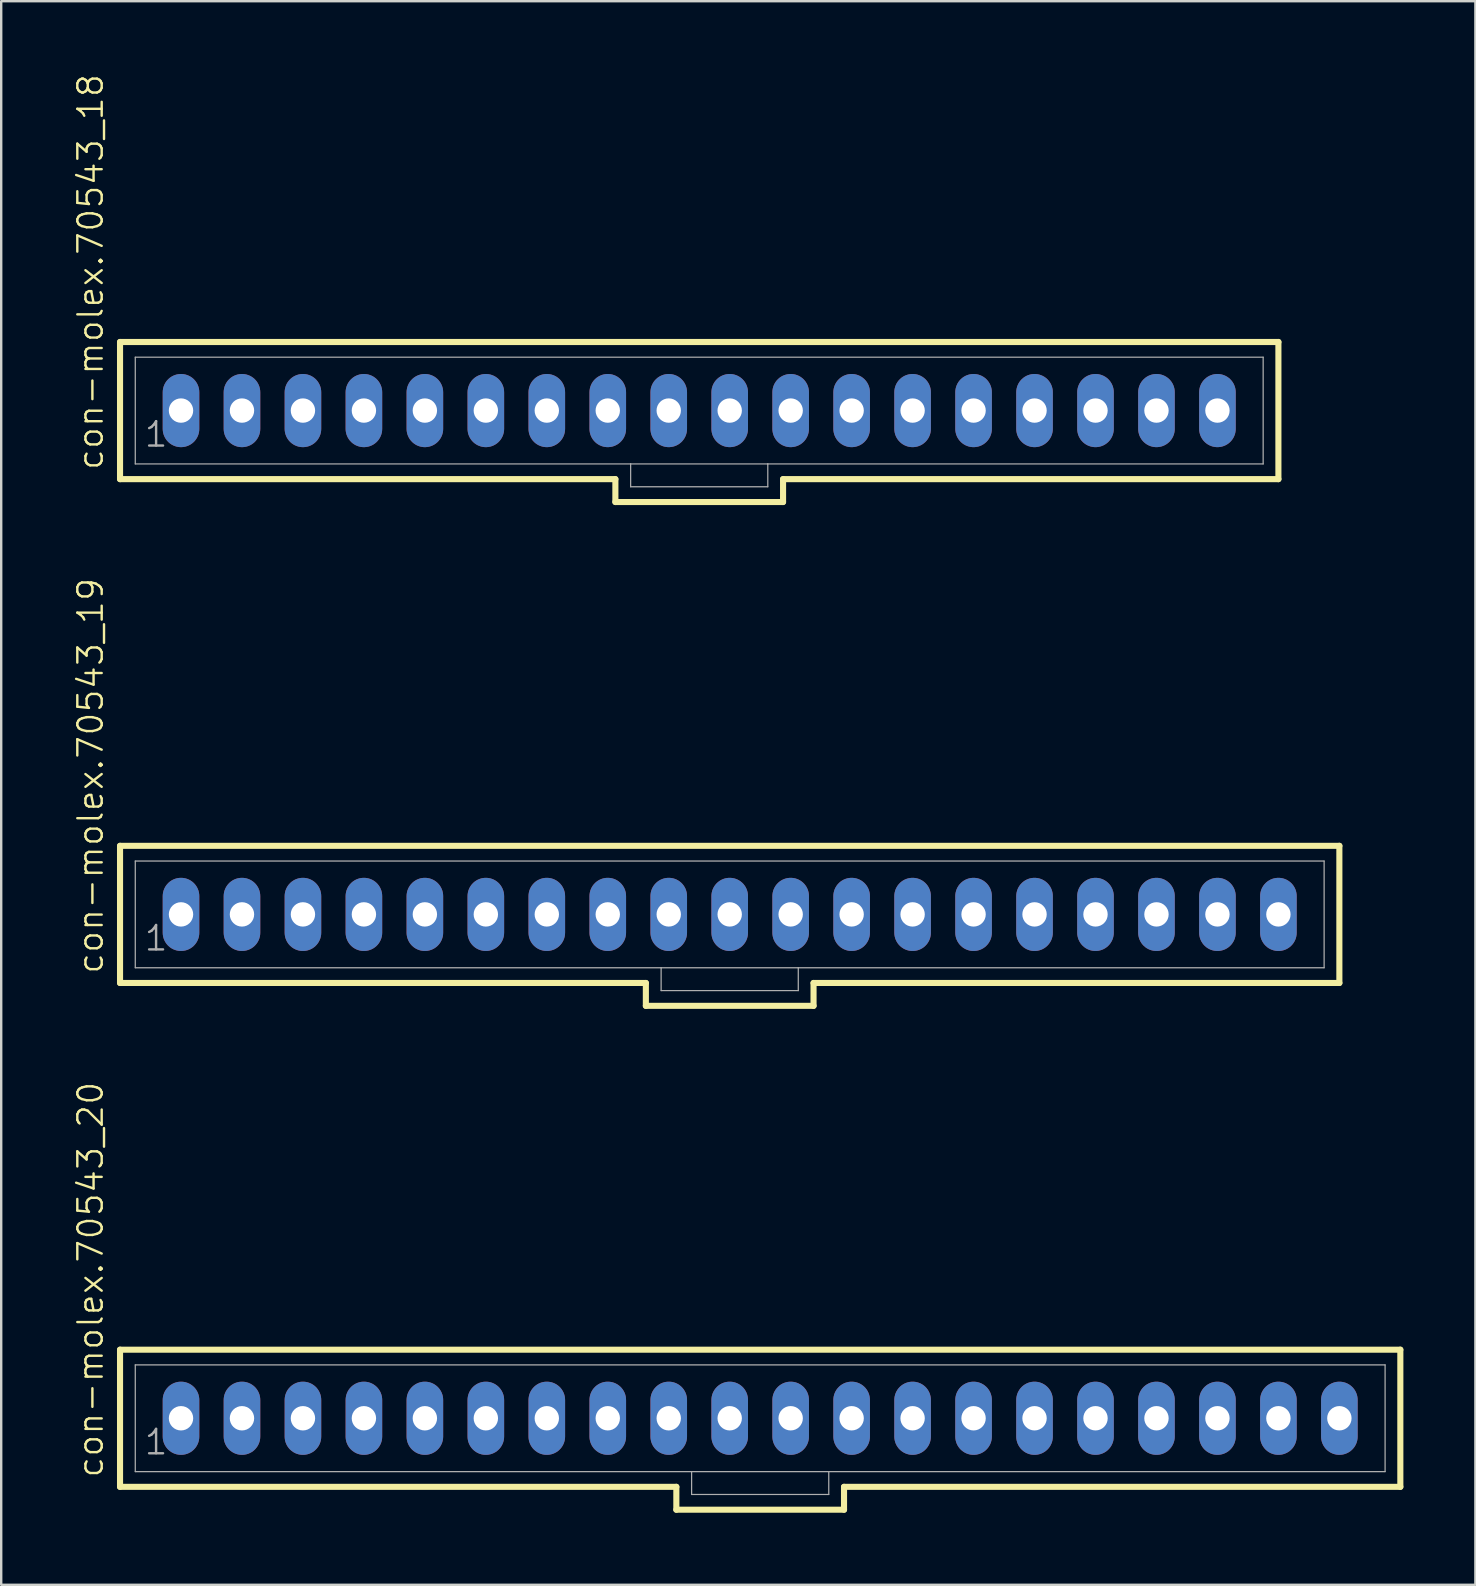
<source format=kicad_pcb>
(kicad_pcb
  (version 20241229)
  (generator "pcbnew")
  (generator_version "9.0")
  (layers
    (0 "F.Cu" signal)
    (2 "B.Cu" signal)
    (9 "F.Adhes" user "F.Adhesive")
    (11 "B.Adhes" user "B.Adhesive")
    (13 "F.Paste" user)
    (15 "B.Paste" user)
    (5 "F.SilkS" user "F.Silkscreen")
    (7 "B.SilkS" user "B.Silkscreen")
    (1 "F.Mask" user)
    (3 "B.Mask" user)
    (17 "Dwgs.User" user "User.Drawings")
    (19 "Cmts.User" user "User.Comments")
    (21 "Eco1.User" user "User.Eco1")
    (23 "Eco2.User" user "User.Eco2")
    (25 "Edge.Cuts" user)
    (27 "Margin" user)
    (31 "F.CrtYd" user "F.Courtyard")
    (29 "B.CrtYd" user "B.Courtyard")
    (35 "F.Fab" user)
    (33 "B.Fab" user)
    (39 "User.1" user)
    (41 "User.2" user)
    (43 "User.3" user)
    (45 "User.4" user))
  (footprint "con-molex.70543_18"
    (layer "F.Cu")
    (at 26.081 14.055)
    (property "Reference" "con-molex.70543_18" (at -24.765 2.54 90) (layer "F.SilkS") (effects (font (size 1.016 1.016) (thickness 0.1)) (justify left bottom)))
    (attr through_hole)
    (fp_line (start -24.13 -2.857) (end -24.13 2.857) (stroke (width 0.254) (type default)) (layer "F.SilkS"))
    (fp_line (start -24.13 2.857) (end -3.493 2.857) (stroke (width 0.254) (type default)) (layer "F.SilkS"))
    (fp_line (start -3.493 2.857) (end -3.493 3.81) (stroke (width 0.254) (type default)) (layer "F.SilkS"))
    (fp_line (start -3.493 3.81) (end 3.493 3.81) (stroke (width 0.254) (type default)) (layer "F.SilkS"))
    (fp_line (start 3.493 2.857) (end 24.13 2.857) (stroke (width 0.254) (type default)) (layer "F.SilkS"))
    (fp_line (start 3.493 3.81) (end 3.493 2.857) (stroke (width 0.254) (type default)) (layer "F.SilkS"))
    (fp_line (start 24.13 -2.857) (end -24.13 -2.857) (stroke (width 0.254) (type default)) (layer "F.SilkS"))
    (fp_line (start 24.13 2.857) (end 24.13 -2.857) (stroke (width 0.254) (type default)) (layer "F.SilkS"))
    (fp_line (start -23.495 -2.223) (end -23.495 2.223) (stroke (width 0.051) (type default)) (layer "F.Fab"))
    (fp_line (start -23.495 -2.223) (end 23.495 -2.223) (stroke (width 0.051) (type default)) (layer "F.Fab"))
    (fp_line (start -23.495 2.223) (end -2.857 2.223) (stroke (width 0.051) (type default)) (layer "F.Fab"))
    (fp_line (start -2.857 2.223) (end -2.857 3.175) (stroke (width 0.051) (type default)) (layer "F.Fab"))
    (fp_line (start -2.857 2.223) (end 2.857 2.223) (stroke (width 0.051) (type default)) (layer "F.Fab"))
    (fp_line (start 2.857 2.223) (end 2.857 3.175) (stroke (width 0.051) (type default)) (layer "F.Fab"))
    (fp_line (start 2.857 2.223) (end 23.495 2.223) (stroke (width 0.051) (type default)) (layer "F.Fab"))
    (fp_line (start 2.857 3.175) (end -2.857 3.175) (stroke (width 0.051) (type default)) (layer "F.Fab"))
    (fp_line (start 23.495 -2.223) (end 23.495 2.223) (stroke (width 0.051) (type default)) (layer "F.Fab"))
    (fp_rect (start -21.828 0.238) (end -21.352 -0.238) (stroke (width 0.05) (type default)) (fill no) (layer "F.Fab"))
    (fp_rect (start -19.288 0.238) (end -18.812 -0.238) (stroke (width 0.05) (type default)) (fill no) (layer "F.Fab"))
    (fp_rect (start -16.748 0.238) (end -16.272 -0.238) (stroke (width 0.05) (type default)) (fill no) (layer "F.Fab"))
    (fp_rect (start -14.208 0.238) (end -13.732 -0.238) (stroke (width 0.05) (type default)) (fill no) (layer "F.Fab"))
    (fp_rect (start -11.668 0.238) (end -11.192 -0.238) (stroke (width 0.05) (type default)) (fill no) (layer "F.Fab"))
    (fp_rect (start -9.128 0.238) (end -8.652 -0.238) (stroke (width 0.05) (type default)) (fill no) (layer "F.Fab"))
    (fp_rect (start -6.588 0.238) (end -6.112 -0.238) (stroke (width 0.05) (type default)) (fill no) (layer "F.Fab"))
    (fp_rect (start -4.048 0.238) (end -3.572 -0.238) (stroke (width 0.05) (type default)) (fill no) (layer "F.Fab"))
    (fp_rect (start -1.508 0.238) (end -1.032 -0.238) (stroke (width 0.05) (type default)) (fill no) (layer "F.Fab"))
    (fp_rect (start 1.032 0.238) (end 1.508 -0.238) (stroke (width 0.05) (type default)) (fill no) (layer "F.Fab"))
    (fp_rect (start 3.572 0.238) (end 4.048 -0.238) (stroke (width 0.05) (type default)) (fill no) (layer "F.Fab"))
    (fp_rect (start 6.112 0.238) (end 6.588 -0.238) (stroke (width 0.05) (type default)) (fill no) (layer "F.Fab"))
    (fp_rect (start 8.652 0.238) (end 9.128 -0.238) (stroke (width 0.05) (type default)) (fill no) (layer "F.Fab"))
    (fp_rect (start 11.192 0.238) (end 11.668 -0.238) (stroke (width 0.05) (type default)) (fill no) (layer "F.Fab"))
    (fp_rect (start 13.732 0.238) (end 14.208 -0.238) (stroke (width 0.05) (type default)) (fill no) (layer "F.Fab"))
    (fp_rect (start 16.272 0.238) (end 16.748 -0.238) (stroke (width 0.05) (type default)) (fill no) (layer "F.Fab"))
    (fp_rect (start 18.812 0.238) (end 19.288 -0.238) (stroke (width 0.05) (type default)) (fill no) (layer "F.Fab"))
    (fp_rect (start 21.352 0.238) (end 21.828 -0.238) (stroke (width 0.05) (type default)) (fill no) (layer "F.Fab"))
    (fp_text user "1" (at -23.177 1.587 0) (layer "F.Fab") (effects (font (size 1.016 1.016) (thickness 0.1)) (justify left bottom)))
    (pad "1" thru_hole oval (at -21.59 0 90) (size 3.048 1.524) (drill 1.016) (layers "*.Cu" "*.Mask"))
    (pad "2" thru_hole oval (at -19.05 0 90) (size 3.048 1.524) (drill 1.016) (layers "*.Cu" "*.Mask"))
    (pad "3" thru_hole oval (at -16.51 0 90) (size 3.048 1.524) (drill 1.016) (layers "*.Cu" "*.Mask"))
    (pad "4" thru_hole oval (at -13.97 0 90) (size 3.048 1.524) (drill 1.016) (layers "*.Cu" "*.Mask"))
    (pad "5" thru_hole oval (at -11.43 0 90) (size 3.048 1.524) (drill 1.016) (layers "*.Cu" "*.Mask"))
    (pad "6" thru_hole oval (at -8.89 0 90) (size 3.048 1.524) (drill 1.016) (layers "*.Cu" "*.Mask"))
    (pad "7" thru_hole oval (at -6.35 0 90) (size 3.048 1.524) (drill 1.016) (layers "*.Cu" "*.Mask"))
    (pad "8" thru_hole oval (at -3.81 0 90) (size 3.048 1.524) (drill 1.016) (layers "*.Cu" "*.Mask"))
    (pad "9" thru_hole oval (at -1.27 0 90) (size 3.048 1.524) (drill 1.016) (layers "*.Cu" "*.Mask"))
    (pad "10" thru_hole oval (at 1.27 0 90) (size 3.048 1.524) (drill 1.016) (layers "*.Cu" "*.Mask"))
    (pad "11" thru_hole oval (at 3.81 0 90) (size 3.048 1.524) (drill 1.016) (layers "*.Cu" "*.Mask"))
    (pad "12" thru_hole oval (at 6.35 0 90) (size 3.048 1.524) (drill 1.016) (layers "*.Cu" "*.Mask"))
    (pad "13" thru_hole oval (at 8.89 0 90) (size 3.048 1.524) (drill 1.016) (layers "*.Cu" "*.Mask"))
    (pad "14" thru_hole oval (at 11.43 0 90) (size 3.048 1.524) (drill 1.016) (layers "*.Cu" "*.Mask"))
    (pad "15" thru_hole oval (at 13.97 0 90) (size 3.048 1.524) (drill 1.016) (layers "*.Cu" "*.Mask"))
    (pad "16" thru_hole oval (at 16.51 0 90) (size 3.048 1.524) (drill 1.016) (layers "*.Cu" "*.Mask"))
    (pad "17" thru_hole oval (at 19.05 0 90) (size 3.048 1.524) (drill 1.016) (layers "*.Cu" "*.Mask"))
    (pad "18" thru_hole oval (at 21.59 0 90) (size 3.048 1.524) (drill 1.016) (layers "*.Cu" "*.Mask")))
  (footprint "con-molex.70543_19"
    (layer "F.Cu")
    (at 27.351 35.046)
    (property "Reference" "con-molex.70543_19" (at -26.035 2.54 90) (layer "F.SilkS") (effects (font (size 1.016 1.016) (thickness 0.1)) (justify left bottom)))
    (attr through_hole)
    (fp_line (start -25.4 -2.857) (end -25.4 2.857) (stroke (width 0.254) (type default)) (layer "F.SilkS"))
    (fp_line (start -25.4 2.857) (end -3.493 2.857) (stroke (width 0.254) (type default)) (layer "F.SilkS"))
    (fp_line (start -3.493 2.857) (end -3.493 3.81) (stroke (width 0.254) (type default)) (layer "F.SilkS"))
    (fp_line (start -3.493 3.81) (end 3.493 3.81) (stroke (width 0.254) (type default)) (layer "F.SilkS"))
    (fp_line (start 3.493 2.857) (end 25.4 2.857) (stroke (width 0.254) (type default)) (layer "F.SilkS"))
    (fp_line (start 3.493 3.81) (end 3.493 2.857) (stroke (width 0.254) (type default)) (layer "F.SilkS"))
    (fp_line (start 25.4 -2.857) (end -25.4 -2.857) (stroke (width 0.254) (type default)) (layer "F.SilkS"))
    (fp_line (start 25.4 2.857) (end 25.4 -2.857) (stroke (width 0.254) (type default)) (layer "F.SilkS"))
    (fp_line (start -24.765 -2.223) (end -24.765 2.223) (stroke (width 0.051) (type default)) (layer "F.Fab"))
    (fp_line (start -24.765 -2.223) (end 24.765 -2.223) (stroke (width 0.051) (type default)) (layer "F.Fab"))
    (fp_line (start -24.765 2.223) (end -2.857 2.223) (stroke (width 0.051) (type default)) (layer "F.Fab"))
    (fp_line (start -2.857 2.223) (end -2.857 3.175) (stroke (width 0.051) (type default)) (layer "F.Fab"))
    (fp_line (start -2.857 2.223) (end 2.857 2.223) (stroke (width 0.051) (type default)) (layer "F.Fab"))
    (fp_line (start 2.857 2.223) (end 2.857 3.175) (stroke (width 0.051) (type default)) (layer "F.Fab"))
    (fp_line (start 2.857 2.223) (end 24.765 2.223) (stroke (width 0.051) (type default)) (layer "F.Fab"))
    (fp_line (start 2.857 3.175) (end -2.857 3.175) (stroke (width 0.051) (type default)) (layer "F.Fab"))
    (fp_line (start 24.765 -2.223) (end 24.765 2.223) (stroke (width 0.051) (type default)) (layer "F.Fab"))
    (fp_rect (start -23.098 0.238) (end -22.622 -0.238) (stroke (width 0.05) (type default)) (fill no) (layer "F.Fab"))
    (fp_rect (start -20.558 0.238) (end -20.082 -0.238) (stroke (width 0.05) (type default)) (fill no) (layer "F.Fab"))
    (fp_rect (start -18.018 0.238) (end -17.542 -0.238) (stroke (width 0.05) (type default)) (fill no) (layer "F.Fab"))
    (fp_rect (start -15.478 0.238) (end -15.002 -0.238) (stroke (width 0.05) (type default)) (fill no) (layer "F.Fab"))
    (fp_rect (start -12.938 0.238) (end -12.462 -0.238) (stroke (width 0.05) (type default)) (fill no) (layer "F.Fab"))
    (fp_rect (start -10.398 0.238) (end -9.922 -0.238) (stroke (width 0.05) (type default)) (fill no) (layer "F.Fab"))
    (fp_rect (start -7.858 0.238) (end -7.382 -0.238) (stroke (width 0.05) (type default)) (fill no) (layer "F.Fab"))
    (fp_rect (start -5.318 0.238) (end -4.842 -0.238) (stroke (width 0.05) (type default)) (fill no) (layer "F.Fab"))
    (fp_rect (start -2.778 0.238) (end -2.302 -0.238) (stroke (width 0.05) (type default)) (fill no) (layer "F.Fab"))
    (fp_rect (start -0.238 0.238) (end 0.238 -0.238) (stroke (width 0.05) (type default)) (fill no) (layer "F.Fab"))
    (fp_rect (start 2.302 0.238) (end 2.778 -0.238) (stroke (width 0.05) (type default)) (fill no) (layer "F.Fab"))
    (fp_rect (start 4.842 0.238) (end 5.318 -0.238) (stroke (width 0.05) (type default)) (fill no) (layer "F.Fab"))
    (fp_rect (start 7.382 0.238) (end 7.858 -0.238) (stroke (width 0.05) (type default)) (fill no) (layer "F.Fab"))
    (fp_rect (start 9.922 0.238) (end 10.398 -0.238) (stroke (width 0.05) (type default)) (fill no) (layer "F.Fab"))
    (fp_rect (start 12.462 0.238) (end 12.938 -0.238) (stroke (width 0.05) (type default)) (fill no) (layer "F.Fab"))
    (fp_rect (start 15.002 0.238) (end 15.478 -0.238) (stroke (width 0.05) (type default)) (fill no) (layer "F.Fab"))
    (fp_rect (start 17.542 0.238) (end 18.018 -0.238) (stroke (width 0.05) (type default)) (fill no) (layer "F.Fab"))
    (fp_rect (start 20.082 0.238) (end 20.558 -0.238) (stroke (width 0.05) (type default)) (fill no) (layer "F.Fab"))
    (fp_rect (start 22.622 0.238) (end 23.098 -0.238) (stroke (width 0.05) (type default)) (fill no) (layer "F.Fab"))
    (fp_text user "1" (at -24.448 1.587 0) (layer "F.Fab") (effects (font (size 1.016 1.016) (thickness 0.1)) (justify left bottom)))
    (pad "1" thru_hole oval (at -22.86 0 90) (size 3.048 1.524) (drill 1.016) (layers "*.Cu" "*.Mask"))
    (pad "2" thru_hole oval (at -20.32 0 90) (size 3.048 1.524) (drill 1.016) (layers "*.Cu" "*.Mask"))
    (pad "3" thru_hole oval (at -17.78 0 90) (size 3.048 1.524) (drill 1.016) (layers "*.Cu" "*.Mask"))
    (pad "4" thru_hole oval (at -15.24 0 90) (size 3.048 1.524) (drill 1.016) (layers "*.Cu" "*.Mask"))
    (pad "5" thru_hole oval (at -12.7 0 90) (size 3.048 1.524) (drill 1.016) (layers "*.Cu" "*.Mask"))
    (pad "6" thru_hole oval (at -10.16 0 90) (size 3.048 1.524) (drill 1.016) (layers "*.Cu" "*.Mask"))
    (pad "7" thru_hole oval (at -7.62 0 90) (size 3.048 1.524) (drill 1.016) (layers "*.Cu" "*.Mask"))
    (pad "8" thru_hole oval (at -5.08 0 90) (size 3.048 1.524) (drill 1.016) (layers "*.Cu" "*.Mask"))
    (pad "9" thru_hole oval (at -2.54 0 90) (size 3.048 1.524) (drill 1.016) (layers "*.Cu" "*.Mask"))
    (pad "10" thru_hole oval (at 0 0 90) (size 3.048 1.524) (drill 1.016) (layers "*.Cu" "*.Mask"))
    (pad "11" thru_hole oval (at 2.54 0 90) (size 3.048 1.524) (drill 1.016) (layers "*.Cu" "*.Mask"))
    (pad "12" thru_hole oval (at 5.08 0 90) (size 3.048 1.524) (drill 1.016) (layers "*.Cu" "*.Mask"))
    (pad "13" thru_hole oval (at 7.62 0 90) (size 3.048 1.524) (drill 1.016) (layers "*.Cu" "*.Mask"))
    (pad "14" thru_hole oval (at 10.16 0 90) (size 3.048 1.524) (drill 1.016) (layers "*.Cu" "*.Mask"))
    (pad "15" thru_hole oval (at 12.7 0 90) (size 3.048 1.524) (drill 1.016) (layers "*.Cu" "*.Mask"))
    (pad "16" thru_hole oval (at 15.24 0 90) (size 3.048 1.524) (drill 1.016) (layers "*.Cu" "*.Mask"))
    (pad "17" thru_hole oval (at 17.78 0 90) (size 3.048 1.524) (drill 1.016) (layers "*.Cu" "*.Mask"))
    (pad "18" thru_hole oval (at 20.32 0 90) (size 3.048 1.524) (drill 1.016) (layers "*.Cu" "*.Mask"))
    (pad "19" thru_hole oval (at 22.86 0 90) (size 3.048 1.524) (drill 1.016) (layers "*.Cu" "*.Mask")))
  (footprint "con-molex.70543_20"
    (layer "F.Cu")
    (at 28.621 56.038)
    (property "Reference" "con-molex.70543_20" (at -27.305 2.54 90) (layer "F.SilkS") (effects (font (size 1.016 1.016) (thickness 0.1)) (justify left bottom)))
    (attr through_hole)
    (fp_line (start -26.67 -2.857) (end -26.67 2.857) (stroke (width 0.254) (type default)) (layer "F.SilkS"))
    (fp_line (start -26.67 2.857) (end -3.493 2.857) (stroke (width 0.254) (type default)) (layer "F.SilkS"))
    (fp_line (start -3.493 2.857) (end -3.493 3.81) (stroke (width 0.254) (type default)) (layer "F.SilkS"))
    (fp_line (start -3.493 3.81) (end 3.493 3.81) (stroke (width 0.254) (type default)) (layer "F.SilkS"))
    (fp_line (start 3.493 2.857) (end 26.67 2.857) (stroke (width 0.254) (type default)) (layer "F.SilkS"))
    (fp_line (start 3.493 3.81) (end 3.493 2.857) (stroke (width 0.254) (type default)) (layer "F.SilkS"))
    (fp_line (start 26.67 -2.857) (end -26.67 -2.857) (stroke (width 0.254) (type default)) (layer "F.SilkS"))
    (fp_line (start 26.67 2.857) (end 26.67 -2.857) (stroke (width 0.254) (type default)) (layer "F.SilkS"))
    (fp_line (start -26.035 -2.223) (end -26.035 2.223) (stroke (width 0.051) (type default)) (layer "F.Fab"))
    (fp_line (start -26.035 -2.223) (end 26.035 -2.223) (stroke (width 0.051) (type default)) (layer "F.Fab"))
    (fp_line (start -26.035 2.223) (end -2.857 2.223) (stroke (width 0.051) (type default)) (layer "F.Fab"))
    (fp_line (start -2.857 2.223) (end -2.857 3.175) (stroke (width 0.051) (type default)) (layer "F.Fab"))
    (fp_line (start -2.857 2.223) (end 2.857 2.223) (stroke (width 0.051) (type default)) (layer "F.Fab"))
    (fp_line (start 2.857 2.223) (end 2.857 3.175) (stroke (width 0.051) (type default)) (layer "F.Fab"))
    (fp_line (start 2.857 2.223) (end 26.035 2.223) (stroke (width 0.051) (type default)) (layer "F.Fab"))
    (fp_line (start 2.857 3.175) (end -2.857 3.175) (stroke (width 0.051) (type default)) (layer "F.Fab"))
    (fp_line (start 26.035 -2.223) (end 26.035 2.223) (stroke (width 0.051) (type default)) (layer "F.Fab"))
    (fp_rect (start -24.368 0.238) (end -23.892 -0.238) (stroke (width 0.05) (type default)) (fill no) (layer "F.Fab"))
    (fp_rect (start -21.828 0.238) (end -21.352 -0.238) (stroke (width 0.05) (type default)) (fill no) (layer "F.Fab"))
    (fp_rect (start -19.288 0.238) (end -18.812 -0.238) (stroke (width 0.05) (type default)) (fill no) (layer "F.Fab"))
    (fp_rect (start -16.748 0.238) (end -16.272 -0.238) (stroke (width 0.05) (type default)) (fill no) (layer "F.Fab"))
    (fp_rect (start -14.208 0.238) (end -13.732 -0.238) (stroke (width 0.05) (type default)) (fill no) (layer "F.Fab"))
    (fp_rect (start -11.668 0.238) (end -11.192 -0.238) (stroke (width 0.05) (type default)) (fill no) (layer "F.Fab"))
    (fp_rect (start -9.128 0.238) (end -8.652 -0.238) (stroke (width 0.05) (type default)) (fill no) (layer "F.Fab"))
    (fp_rect (start -6.588 0.238) (end -6.112 -0.238) (stroke (width 0.05) (type default)) (fill no) (layer "F.Fab"))
    (fp_rect (start -4.048 0.238) (end -3.572 -0.238) (stroke (width 0.05) (type default)) (fill no) (layer "F.Fab"))
    (fp_rect (start -1.508 0.238) (end -1.032 -0.238) (stroke (width 0.05) (type default)) (fill no) (layer "F.Fab"))
    (fp_rect (start 1.032 0.238) (end 1.508 -0.238) (stroke (width 0.05) (type default)) (fill no) (layer "F.Fab"))
    (fp_rect (start 3.572 0.238) (end 4.048 -0.238) (stroke (width 0.05) (type default)) (fill no) (layer "F.Fab"))
    (fp_rect (start 6.112 0.238) (end 6.588 -0.238) (stroke (width 0.05) (type default)) (fill no) (layer "F.Fab"))
    (fp_rect (start 8.652 0.238) (end 9.128 -0.238) (stroke (width 0.05) (type default)) (fill no) (layer "F.Fab"))
    (fp_rect (start 11.192 0.238) (end 11.668 -0.238) (stroke (width 0.05) (type default)) (fill no) (layer "F.Fab"))
    (fp_rect (start 13.732 0.238) (end 14.208 -0.238) (stroke (width 0.05) (type default)) (fill no) (layer "F.Fab"))
    (fp_rect (start 16.272 0.238) (end 16.748 -0.238) (stroke (width 0.05) (type default)) (fill no) (layer "F.Fab"))
    (fp_rect (start 18.812 0.238) (end 19.288 -0.238) (stroke (width 0.05) (type default)) (fill no) (layer "F.Fab"))
    (fp_rect (start 21.352 0.238) (end 21.828 -0.238) (stroke (width 0.05) (type default)) (fill no) (layer "F.Fab"))
    (fp_rect (start 23.892 0.238) (end 24.368 -0.238) (stroke (width 0.05) (type default)) (fill no) (layer "F.Fab"))
    (fp_text user "1" (at -25.718 1.587 0) (layer "F.Fab") (effects (font (size 1.016 1.016) (thickness 0.1)) (justify left bottom)))
    (pad "1" thru_hole oval (at -24.13 0 90) (size 3.048 1.524) (drill 1.016) (layers "*.Cu" "*.Mask"))
    (pad "2" thru_hole oval (at -21.59 0 90) (size 3.048 1.524) (drill 1.016) (layers "*.Cu" "*.Mask"))
    (pad "3" thru_hole oval (at -19.05 0 90) (size 3.048 1.524) (drill 1.016) (layers "*.Cu" "*.Mask"))
    (pad "4" thru_hole oval (at -16.51 0 90) (size 3.048 1.524) (drill 1.016) (layers "*.Cu" "*.Mask"))
    (pad "5" thru_hole oval (at -13.97 0 90) (size 3.048 1.524) (drill 1.016) (layers "*.Cu" "*.Mask"))
    (pad "6" thru_hole oval (at -11.43 0 90) (size 3.048 1.524) (drill 1.016) (layers "*.Cu" "*.Mask"))
    (pad "7" thru_hole oval (at -8.89 0 90) (size 3.048 1.524) (drill 1.016) (layers "*.Cu" "*.Mask"))
    (pad "8" thru_hole oval (at -6.35 0 90) (size 3.048 1.524) (drill 1.016) (layers "*.Cu" "*.Mask"))
    (pad "9" thru_hole oval (at -3.81 0 90) (size 3.048 1.524) (drill 1.016) (layers "*.Cu" "*.Mask"))
    (pad "10" thru_hole oval (at -1.27 0 90) (size 3.048 1.524) (drill 1.016) (layers "*.Cu" "*.Mask"))
    (pad "11" thru_hole oval (at 1.27 0 90) (size 3.048 1.524) (drill 1.016) (layers "*.Cu" "*.Mask"))
    (pad "12" thru_hole oval (at 3.81 0 90) (size 3.048 1.524) (drill 1.016) (layers "*.Cu" "*.Mask"))
    (pad "13" thru_hole oval (at 6.35 0 90) (size 3.048 1.524) (drill 1.016) (layers "*.Cu" "*.Mask"))
    (pad "14" thru_hole oval (at 8.89 0 90) (size 3.048 1.524) (drill 1.016) (layers "*.Cu" "*.Mask"))
    (pad "15" thru_hole oval (at 11.43 0 90) (size 3.048 1.524) (drill 1.016) (layers "*.Cu" "*.Mask"))
    (pad "16" thru_hole oval (at 13.97 0 90) (size 3.048 1.524) (drill 1.016) (layers "*.Cu" "*.Mask"))
    (pad "17" thru_hole oval (at 16.51 0 90) (size 3.048 1.524) (drill 1.016) (layers "*.Cu" "*.Mask"))
    (pad "18" thru_hole oval (at 19.05 0 90) (size 3.048 1.524) (drill 1.016) (layers "*.Cu" "*.Mask"))
    (pad "19" thru_hole oval (at 21.59 0 90) (size 3.048 1.524) (drill 1.016) (layers "*.Cu" "*.Mask"))
    (pad "20" thru_hole oval (at 24.13 0 90) (size 3.048 1.524) (drill 1.016) (layers "*.Cu" "*.Mask")))
  (gr_rect
    (start -3 -3)
    (end 58.418 62.975)
    (stroke (width 0.1) (type default))
    (fill no)
    (layer "Edge.Cuts")))
</source>
